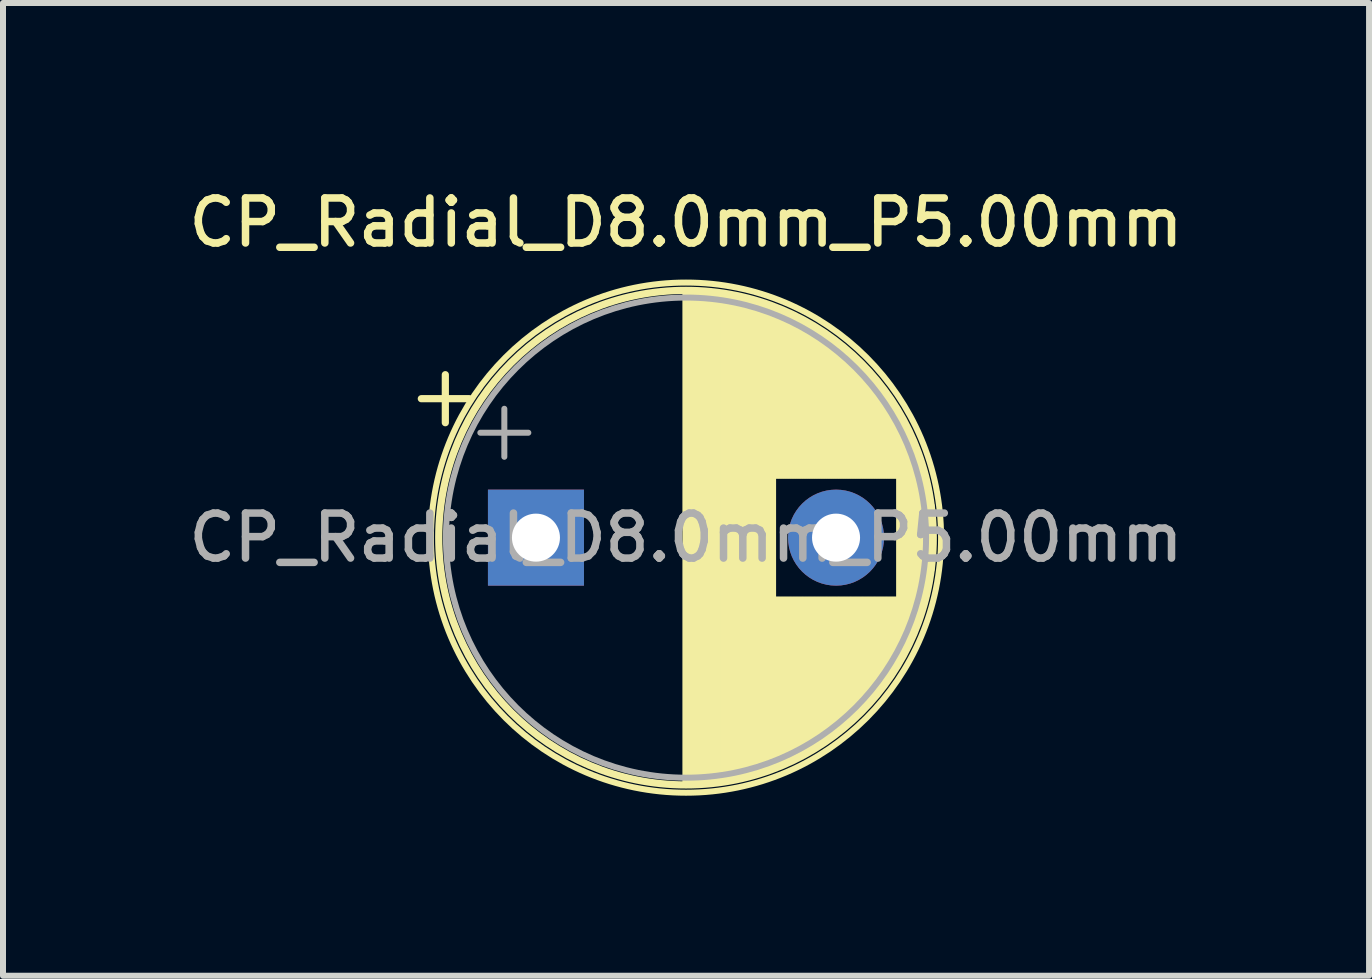
<source format=kicad_pcb>
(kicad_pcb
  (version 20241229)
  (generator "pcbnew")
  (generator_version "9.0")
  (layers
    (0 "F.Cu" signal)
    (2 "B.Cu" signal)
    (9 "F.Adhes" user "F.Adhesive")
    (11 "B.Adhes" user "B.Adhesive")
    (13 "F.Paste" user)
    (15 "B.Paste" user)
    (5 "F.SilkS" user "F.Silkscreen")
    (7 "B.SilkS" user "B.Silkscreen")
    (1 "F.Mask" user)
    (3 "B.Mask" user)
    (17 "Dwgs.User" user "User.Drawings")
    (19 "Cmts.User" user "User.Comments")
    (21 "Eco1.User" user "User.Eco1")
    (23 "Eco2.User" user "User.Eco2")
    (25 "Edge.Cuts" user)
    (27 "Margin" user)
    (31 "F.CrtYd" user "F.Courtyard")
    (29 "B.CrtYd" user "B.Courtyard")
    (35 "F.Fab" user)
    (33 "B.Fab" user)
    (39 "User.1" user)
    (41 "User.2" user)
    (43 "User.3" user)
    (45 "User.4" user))
  (footprint "CP_Radial_D8.0mm_P5.00mm"
    (layer "F.Cu")
    (at 5.88 5.908)
    (property "Reference" "CP_Radial_D8.0mm_P5.00mm" (at 2.5 -5.25 0) (layer "F.SilkS") (effects (font (size 0.75 0.75) (thickness 0.125))))
    (attr through_hole)
    (fp_line (start -1.91 -2.315) (end -1.11 -2.315) (stroke (width 0.12) (type solid)) (layer "F.SilkS"))
    (fp_line (start -1.51 -2.715) (end -1.51 -1.915) (stroke (width 0.12) (type solid)) (layer "F.SilkS"))
    (fp_line (start 2.5 -4.08) (end 2.5 4.08) (stroke (width 0.12) (type solid)) (layer "F.SilkS"))
    (fp_line (start 2.54 -4.08) (end 2.54 4.08) (stroke (width 0.12) (type solid)) (layer "F.SilkS"))
    (fp_line (start 2.58 -4.08) (end 2.58 4.08) (stroke (width 0.12) (type solid)) (layer "F.SilkS"))
    (fp_line (start 2.62 -4.079) (end 2.62 4.079) (stroke (width 0.12) (type solid)) (layer "F.SilkS"))
    (fp_line (start 2.66 -4.077) (end 2.66 4.077) (stroke (width 0.12) (type solid)) (layer "F.SilkS"))
    (fp_line (start 2.7 -4.076) (end 2.7 4.076) (stroke (width 0.12) (type solid)) (layer "F.SilkS"))
    (fp_line (start 2.74 -4.074) (end 2.74 4.074) (stroke (width 0.12) (type solid)) (layer "F.SilkS"))
    (fp_line (start 2.78 -4.071) (end 2.78 4.071) (stroke (width 0.12) (type solid)) (layer "F.SilkS"))
    (fp_line (start 2.82 -4.068) (end 2.82 4.068) (stroke (width 0.12) (type solid)) (layer "F.SilkS"))
    (fp_line (start 2.86 -4.065) (end 2.86 4.065) (stroke (width 0.12) (type solid)) (layer "F.SilkS"))
    (fp_line (start 2.9 -4.061) (end 2.9 4.061) (stroke (width 0.12) (type solid)) (layer "F.SilkS"))
    (fp_line (start 2.94 -4.057) (end 2.94 4.057) (stroke (width 0.12) (type solid)) (layer "F.SilkS"))
    (fp_line (start 2.98 -4.052) (end 2.98 4.052) (stroke (width 0.12) (type solid)) (layer "F.SilkS"))
    (fp_line (start 3.02 -4.048) (end 3.02 4.048) (stroke (width 0.12) (type solid)) (layer "F.SilkS"))
    (fp_line (start 3.06 -4.042) (end 3.06 4.042) (stroke (width 0.12) (type solid)) (layer "F.SilkS"))
    (fp_line (start 3.1 -4.037) (end 3.1 4.037) (stroke (width 0.12) (type solid)) (layer "F.SilkS"))
    (fp_line (start 3.14 -4.03) (end 3.14 4.03) (stroke (width 0.12) (type solid)) (layer "F.SilkS"))
    (fp_line (start 3.18 -4.024) (end 3.18 4.024) (stroke (width 0.12) (type solid)) (layer "F.SilkS"))
    (fp_line (start 3.221 -4.017) (end 3.221 4.017) (stroke (width 0.12) (type solid)) (layer "F.SilkS"))
    (fp_line (start 3.261 -4.01) (end 3.261 4.01) (stroke (width 0.12) (type solid)) (layer "F.SilkS"))
    (fp_line (start 3.301 -4.002) (end 3.301 4.002) (stroke (width 0.12) (type solid)) (layer "F.SilkS"))
    (fp_line (start 3.341 -3.994) (end 3.341 3.994) (stroke (width 0.12) (type solid)) (layer "F.SilkS"))
    (fp_line (start 3.381 -3.985) (end 3.381 3.985) (stroke (width 0.12) (type solid)) (layer "F.SilkS"))
    (fp_line (start 3.421 -3.976) (end 3.421 3.976) (stroke (width 0.12) (type solid)) (layer "F.SilkS"))
    (fp_line (start 3.461 -3.967) (end 3.461 3.967) (stroke (width 0.12) (type solid)) (layer "F.SilkS"))
    (fp_line (start 3.501 -3.957) (end 3.501 3.957) (stroke (width 0.12) (type solid)) (layer "F.SilkS"))
    (fp_line (start 3.541 -3.947) (end 3.541 3.947) (stroke (width 0.12) (type solid)) (layer "F.SilkS"))
    (fp_line (start 3.581 -3.936) (end 3.581 3.936) (stroke (width 0.12) (type solid)) (layer "F.SilkS"))
    (fp_line (start 3.621 -3.925) (end 3.621 3.925) (stroke (width 0.12) (type solid)) (layer "F.SilkS"))
    (fp_line (start 3.661 -3.914) (end 3.661 3.914) (stroke (width 0.12) (type solid)) (layer "F.SilkS"))
    (fp_line (start 3.701 -3.902) (end 3.701 3.902) (stroke (width 0.12) (type solid)) (layer "F.SilkS"))
    (fp_line (start 3.741 -3.889) (end 3.741 3.889) (stroke (width 0.12) (type solid)) (layer "F.SilkS"))
    (fp_line (start 3.781 -3.877) (end 3.781 3.877) (stroke (width 0.12) (type solid)) (layer "F.SilkS"))
    (fp_line (start 3.821 -3.863) (end 3.821 3.863) (stroke (width 0.12) (type solid)) (layer "F.SilkS"))
    (fp_line (start 3.861 -3.85) (end 3.861 3.85) (stroke (width 0.12) (type solid)) (layer "F.SilkS"))
    (fp_line (start 3.901 -3.835) (end 3.901 3.835) (stroke (width 0.12) (type solid)) (layer "F.SilkS"))
    (fp_line (start 3.941 -3.821) (end 3.941 3.821) (stroke (width 0.12) (type solid)) (layer "F.SilkS"))
    (fp_line (start 3.981 -3.805) (end 3.981 -1.04) (stroke (width 0.12) (type solid)) (layer "F.SilkS"))
    (fp_line (start 3.981 1.04) (end 3.981 3.805) (stroke (width 0.12) (type solid)) (layer "F.SilkS"))
    (fp_line (start 4.021 -3.79) (end 4.021 -1.04) (stroke (width 0.12) (type solid)) (layer "F.SilkS"))
    (fp_line (start 4.021 1.04) (end 4.021 3.79) (stroke (width 0.12) (type solid)) (layer "F.SilkS"))
    (fp_line (start 4.061 -3.774) (end 4.061 -1.04) (stroke (width 0.12) (type solid)) (layer "F.SilkS"))
    (fp_line (start 4.061 1.04) (end 4.061 3.774) (stroke (width 0.12) (type solid)) (layer "F.SilkS"))
    (fp_line (start 4.101 -3.757) (end 4.101 -1.04) (stroke (width 0.12) (type solid)) (layer "F.SilkS"))
    (fp_line (start 4.101 1.04) (end 4.101 3.757) (stroke (width 0.12) (type solid)) (layer "F.SilkS"))
    (fp_line (start 4.141 -3.74) (end 4.141 -1.04) (stroke (width 0.12) (type solid)) (layer "F.SilkS"))
    (fp_line (start 4.141 1.04) (end 4.141 3.74) (stroke (width 0.12) (type solid)) (layer "F.SilkS"))
    (fp_line (start 4.181 -3.722) (end 4.181 -1.04) (stroke (width 0.12) (type solid)) (layer "F.SilkS"))
    (fp_line (start 4.181 1.04) (end 4.181 3.722) (stroke (width 0.12) (type solid)) (layer "F.SilkS"))
    (fp_line (start 4.221 -3.704) (end 4.221 -1.04) (stroke (width 0.12) (type solid)) (layer "F.SilkS"))
    (fp_line (start 4.221 1.04) (end 4.221 3.704) (stroke (width 0.12) (type solid)) (layer "F.SilkS"))
    (fp_line (start 4.261 -3.686) (end 4.261 -1.04) (stroke (width 0.12) (type solid)) (layer "F.SilkS"))
    (fp_line (start 4.261 1.04) (end 4.261 3.686) (stroke (width 0.12) (type solid)) (layer "F.SilkS"))
    (fp_line (start 4.301 -3.666) (end 4.301 -1.04) (stroke (width 0.12) (type solid)) (layer "F.SilkS"))
    (fp_line (start 4.301 1.04) (end 4.301 3.666) (stroke (width 0.12) (type solid)) (layer "F.SilkS"))
    (fp_line (start 4.341 -3.647) (end 4.341 -1.04) (stroke (width 0.12) (type solid)) (layer "F.SilkS"))
    (fp_line (start 4.341 1.04) (end 4.341 3.647) (stroke (width 0.12) (type solid)) (layer "F.SilkS"))
    (fp_line (start 4.381 -3.627) (end 4.381 -1.04) (stroke (width 0.12) (type solid)) (layer "F.SilkS"))
    (fp_line (start 4.381 1.04) (end 4.381 3.627) (stroke (width 0.12) (type solid)) (layer "F.SilkS"))
    (fp_line (start 4.421 -3.606) (end 4.421 -1.04) (stroke (width 0.12) (type solid)) (layer "F.SilkS"))
    (fp_line (start 4.421 1.04) (end 4.421 3.606) (stroke (width 0.12) (type solid)) (layer "F.SilkS"))
    (fp_line (start 4.461 -3.584) (end 4.461 -1.04) (stroke (width 0.12) (type solid)) (layer "F.SilkS"))
    (fp_line (start 4.461 1.04) (end 4.461 3.584) (stroke (width 0.12) (type solid)) (layer "F.SilkS"))
    (fp_line (start 4.501 -3.562) (end 4.501 -1.04) (stroke (width 0.12) (type solid)) (layer "F.SilkS"))
    (fp_line (start 4.501 1.04) (end 4.501 3.562) (stroke (width 0.12) (type solid)) (layer "F.SilkS"))
    (fp_line (start 4.541 -3.54) (end 4.541 -1.04) (stroke (width 0.12) (type solid)) (layer "F.SilkS"))
    (fp_line (start 4.541 1.04) (end 4.541 3.54) (stroke (width 0.12) (type solid)) (layer "F.SilkS"))
    (fp_line (start 4.581 -3.517) (end 4.581 -1.04) (stroke (width 0.12) (type solid)) (layer "F.SilkS"))
    (fp_line (start 4.581 1.04) (end 4.581 3.517) (stroke (width 0.12) (type solid)) (layer "F.SilkS"))
    (fp_line (start 4.621 -3.493) (end 4.621 -1.04) (stroke (width 0.12) (type solid)) (layer "F.SilkS"))
    (fp_line (start 4.621 1.04) (end 4.621 3.493) (stroke (width 0.12) (type solid)) (layer "F.SilkS"))
    (fp_line (start 4.661 -3.469) (end 4.661 -1.04) (stroke (width 0.12) (type solid)) (layer "F.SilkS"))
    (fp_line (start 4.661 1.04) (end 4.661 3.469) (stroke (width 0.12) (type solid)) (layer "F.SilkS"))
    (fp_line (start 4.701 -3.444) (end 4.701 -1.04) (stroke (width 0.12) (type solid)) (layer "F.SilkS"))
    (fp_line (start 4.701 1.04) (end 4.701 3.444) (stroke (width 0.12) (type solid)) (layer "F.SilkS"))
    (fp_line (start 4.741 -3.418) (end 4.741 -1.04) (stroke (width 0.12) (type solid)) (layer "F.SilkS"))
    (fp_line (start 4.741 1.04) (end 4.741 3.418) (stroke (width 0.12) (type solid)) (layer "F.SilkS"))
    (fp_line (start 4.781 -3.392) (end 4.781 -1.04) (stroke (width 0.12) (type solid)) (layer "F.SilkS"))
    (fp_line (start 4.781 1.04) (end 4.781 3.392) (stroke (width 0.12) (type solid)) (layer "F.SilkS"))
    (fp_line (start 4.821 -3.365) (end 4.821 -1.04) (stroke (width 0.12) (type solid)) (layer "F.SilkS"))
    (fp_line (start 4.821 1.04) (end 4.821 3.365) (stroke (width 0.12) (type solid)) (layer "F.SilkS"))
    (fp_line (start 4.861 -3.338) (end 4.861 -1.04) (stroke (width 0.12) (type solid)) (layer "F.SilkS"))
    (fp_line (start 4.861 1.04) (end 4.861 3.338) (stroke (width 0.12) (type solid)) (layer "F.SilkS"))
    (fp_line (start 4.901 -3.309) (end 4.901 -1.04) (stroke (width 0.12) (type solid)) (layer "F.SilkS"))
    (fp_line (start 4.901 1.04) (end 4.901 3.309) (stroke (width 0.12) (type solid)) (layer "F.SilkS"))
    (fp_line (start 4.941 -3.28) (end 4.941 -1.04) (stroke (width 0.12) (type solid)) (layer "F.SilkS"))
    (fp_line (start 4.941 1.04) (end 4.941 3.28) (stroke (width 0.12) (type solid)) (layer "F.SilkS"))
    (fp_line (start 4.981 -3.25) (end 4.981 -1.04) (stroke (width 0.12) (type solid)) (layer "F.SilkS"))
    (fp_line (start 4.981 1.04) (end 4.981 3.25) (stroke (width 0.12) (type solid)) (layer "F.SilkS"))
    (fp_line (start 5.021 -3.22) (end 5.021 -1.04) (stroke (width 0.12) (type solid)) (layer "F.SilkS"))
    (fp_line (start 5.021 1.04) (end 5.021 3.22) (stroke (width 0.12) (type solid)) (layer "F.SilkS"))
    (fp_line (start 5.061 -3.189) (end 5.061 -1.04) (stroke (width 0.12) (type solid)) (layer "F.SilkS"))
    (fp_line (start 5.061 1.04) (end 5.061 3.189) (stroke (width 0.12) (type solid)) (layer "F.SilkS"))
    (fp_line (start 5.101 -3.156) (end 5.101 -1.04) (stroke (width 0.12) (type solid)) (layer "F.SilkS"))
    (fp_line (start 5.101 1.04) (end 5.101 3.156) (stroke (width 0.12) (type solid)) (layer "F.SilkS"))
    (fp_line (start 5.141 -3.124) (end 5.141 -1.04) (stroke (width 0.12) (type solid)) (layer "F.SilkS"))
    (fp_line (start 5.141 1.04) (end 5.141 3.124) (stroke (width 0.12) (type solid)) (layer "F.SilkS"))
    (fp_line (start 5.181 -3.09) (end 5.181 -1.04) (stroke (width 0.12) (type solid)) (layer "F.SilkS"))
    (fp_line (start 5.181 1.04) (end 5.181 3.09) (stroke (width 0.12) (type solid)) (layer "F.SilkS"))
    (fp_line (start 5.221 -3.055) (end 5.221 -1.04) (stroke (width 0.12) (type solid)) (layer "F.SilkS"))
    (fp_line (start 5.221 1.04) (end 5.221 3.055) (stroke (width 0.12) (type solid)) (layer "F.SilkS"))
    (fp_line (start 5.261 -3.019) (end 5.261 -1.04) (stroke (width 0.12) (type solid)) (layer "F.SilkS"))
    (fp_line (start 5.261 1.04) (end 5.261 3.019) (stroke (width 0.12) (type solid)) (layer "F.SilkS"))
    (fp_line (start 5.301 -2.983) (end 5.301 -1.04) (stroke (width 0.12) (type solid)) (layer "F.SilkS"))
    (fp_line (start 5.301 1.04) (end 5.301 2.983) (stroke (width 0.12) (type solid)) (layer "F.SilkS"))
    (fp_line (start 5.341 -2.945) (end 5.341 -1.04) (stroke (width 0.12) (type solid)) (layer "F.SilkS"))
    (fp_line (start 5.341 1.04) (end 5.341 2.945) (stroke (width 0.12) (type solid)) (layer "F.SilkS"))
    (fp_line (start 5.381 -2.907) (end 5.381 -1.04) (stroke (width 0.12) (type solid)) (layer "F.SilkS"))
    (fp_line (start 5.381 1.04) (end 5.381 2.907) (stroke (width 0.12) (type solid)) (layer "F.SilkS"))
    (fp_line (start 5.421 -2.867) (end 5.421 -1.04) (stroke (width 0.12) (type solid)) (layer "F.SilkS"))
    (fp_line (start 5.421 1.04) (end 5.421 2.867) (stroke (width 0.12) (type solid)) (layer "F.SilkS"))
    (fp_line (start 5.461 -2.826) (end 5.461 -1.04) (stroke (width 0.12) (type solid)) (layer "F.SilkS"))
    (fp_line (start 5.461 1.04) (end 5.461 2.826) (stroke (width 0.12) (type solid)) (layer "F.SilkS"))
    (fp_line (start 5.501 -2.784) (end 5.501 -1.04) (stroke (width 0.12) (type solid)) (layer "F.SilkS"))
    (fp_line (start 5.501 1.04) (end 5.501 2.784) (stroke (width 0.12) (type solid)) (layer "F.SilkS"))
    (fp_line (start 5.541 -2.741) (end 5.541 -1.04) (stroke (width 0.12) (type solid)) (layer "F.SilkS"))
    (fp_line (start 5.541 1.04) (end 5.541 2.741) (stroke (width 0.12) (type solid)) (layer "F.SilkS"))
    (fp_line (start 5.581 -2.697) (end 5.581 -1.04) (stroke (width 0.12) (type solid)) (layer "F.SilkS"))
    (fp_line (start 5.581 1.04) (end 5.581 2.697) (stroke (width 0.12) (type solid)) (layer "F.SilkS"))
    (fp_line (start 5.621 -2.651) (end 5.621 -1.04) (stroke (width 0.12) (type solid)) (layer "F.SilkS"))
    (fp_line (start 5.621 1.04) (end 5.621 2.651) (stroke (width 0.12) (type solid)) (layer "F.SilkS"))
    (fp_line (start 5.661 -2.604) (end 5.661 -1.04) (stroke (width 0.12) (type solid)) (layer "F.SilkS"))
    (fp_line (start 5.661 1.04) (end 5.661 2.604) (stroke (width 0.12) (type solid)) (layer "F.SilkS"))
    (fp_line (start 5.701 -2.556) (end 5.701 -1.04) (stroke (width 0.12) (type solid)) (layer "F.SilkS"))
    (fp_line (start 5.701 1.04) (end 5.701 2.556) (stroke (width 0.12) (type solid)) (layer "F.SilkS"))
    (fp_line (start 5.741 -2.505) (end 5.741 -1.04) (stroke (width 0.12) (type solid)) (layer "F.SilkS"))
    (fp_line (start 5.741 1.04) (end 5.741 2.505) (stroke (width 0.12) (type solid)) (layer "F.SilkS"))
    (fp_line (start 5.781 -2.454) (end 5.781 -1.04) (stroke (width 0.12) (type solid)) (layer "F.SilkS"))
    (fp_line (start 5.781 1.04) (end 5.781 2.454) (stroke (width 0.12) (type solid)) (layer "F.SilkS"))
    (fp_line (start 5.821 -2.4) (end 5.821 -1.04) (stroke (width 0.12) (type solid)) (layer "F.SilkS"))
    (fp_line (start 5.821 1.04) (end 5.821 2.4) (stroke (width 0.12) (type solid)) (layer "F.SilkS"))
    (fp_line (start 5.861 -2.345) (end 5.861 -1.04) (stroke (width 0.12) (type solid)) (layer "F.SilkS"))
    (fp_line (start 5.861 1.04) (end 5.861 2.345) (stroke (width 0.12) (type solid)) (layer "F.SilkS"))
    (fp_line (start 5.901 -2.287) (end 5.901 -1.04) (stroke (width 0.12) (type solid)) (layer "F.SilkS"))
    (fp_line (start 5.901 1.04) (end 5.901 2.287) (stroke (width 0.12) (type solid)) (layer "F.SilkS"))
    (fp_line (start 5.941 -2.228) (end 5.941 -1.04) (stroke (width 0.12) (type solid)) (layer "F.SilkS"))
    (fp_line (start 5.941 1.04) (end 5.941 2.228) (stroke (width 0.12) (type solid)) (layer "F.SilkS"))
    (fp_line (start 5.981 -2.166) (end 5.981 -1.04) (stroke (width 0.12) (type solid)) (layer "F.SilkS"))
    (fp_line (start 5.981 1.04) (end 5.981 2.166) (stroke (width 0.12) (type solid)) (layer "F.SilkS"))
    (fp_line (start 6.021 -2.102) (end 6.021 -1.04) (stroke (width 0.12) (type solid)) (layer "F.SilkS"))
    (fp_line (start 6.021 1.04) (end 6.021 2.102) (stroke (width 0.12) (type solid)) (layer "F.SilkS"))
    (fp_line (start 6.061 -2.034) (end 6.061 2.034) (stroke (width 0.12) (type solid)) (layer "F.SilkS"))
    (fp_line (start 6.101 -1.964) (end 6.101 1.964) (stroke (width 0.12) (type solid)) (layer "F.SilkS"))
    (fp_line (start 6.141 -1.89) (end 6.141 1.89) (stroke (width 0.12) (type solid)) (layer "F.SilkS"))
    (fp_line (start 6.181 -1.813) (end 6.181 1.813) (stroke (width 0.12) (type solid)) (layer "F.SilkS"))
    (fp_line (start 6.221 -1.731) (end 6.221 1.731) (stroke (width 0.12) (type solid)) (layer "F.SilkS"))
    (fp_line (start 6.261 -1.645) (end 6.261 1.645) (stroke (width 0.12) (type solid)) (layer "F.SilkS"))
    (fp_line (start 6.301 -1.552) (end 6.301 1.552) (stroke (width 0.12) (type solid)) (layer "F.SilkS"))
    (fp_line (start 6.341 -1.453) (end 6.341 1.453) (stroke (width 0.12) (type solid)) (layer "F.SilkS"))
    (fp_line (start 6.381 -1.346) (end 6.381 1.346) (stroke (width 0.12) (type solid)) (layer "F.SilkS"))
    (fp_line (start 6.421 -1.229) (end 6.421 1.229) (stroke (width 0.12) (type solid)) (layer "F.SilkS"))
    (fp_line (start 6.461 -1.098) (end 6.461 1.098) (stroke (width 0.12) (type solid)) (layer "F.SilkS"))
    (fp_line (start 6.501 -0.948) (end 6.501 0.948) (stroke (width 0.12) (type solid)) (layer "F.SilkS"))
    (fp_line (start 6.541 -0.768) (end 6.541 0.768) (stroke (width 0.12) (type solid)) (layer "F.SilkS"))
    (fp_line (start 6.581 -0.533) (end 6.581 0.533) (stroke (width 0.12) (type solid)) (layer "F.SilkS"))
    (fp_circle (center 2.5 0) (end 6.62 0) (stroke (width 0.12) (type solid)) (fill no) (layer "F.SilkS"))
    (fp_circle (center 2.5 0) (end 6.75 0) (stroke (width 0.1) (type solid)) (fill no) (layer "F.SilkS"))
    (fp_line (start -0.927 -1.748) (end -0.127 -1.748) (stroke (width 0.1) (type solid)) (layer "F.Fab"))
    (fp_line (start -0.527 -2.147) (end -0.527 -1.347) (stroke (width 0.1) (type solid)) (layer "F.Fab"))
    (fp_circle (center 2.5 0) (end 6.5 0) (stroke (width 0.1) (type solid)) (fill no) (layer "F.Fab"))
    (fp_text user "${REFERENCE}" (at 2.5 0 0) (layer "F.Fab") (effects (font (size 0.75 0.75) (thickness 0.125))))
    (pad "1" thru_hole rect (at 0 0) (size 1.6 1.6) (drill 0.8) (layers "*.Cu" "*.Mask"))
    (pad "2" thru_hole circle (at 5 0) (size 1.6 1.6) (drill 0.8) (layers "*.Cu" "*.Mask")))
  (gr_rect
    (start -3 -3)
    (end 19.761 13.208)
    (stroke (width 0.1) (type default))
    (fill no)
    (layer "Edge.Cuts")))
</source>
